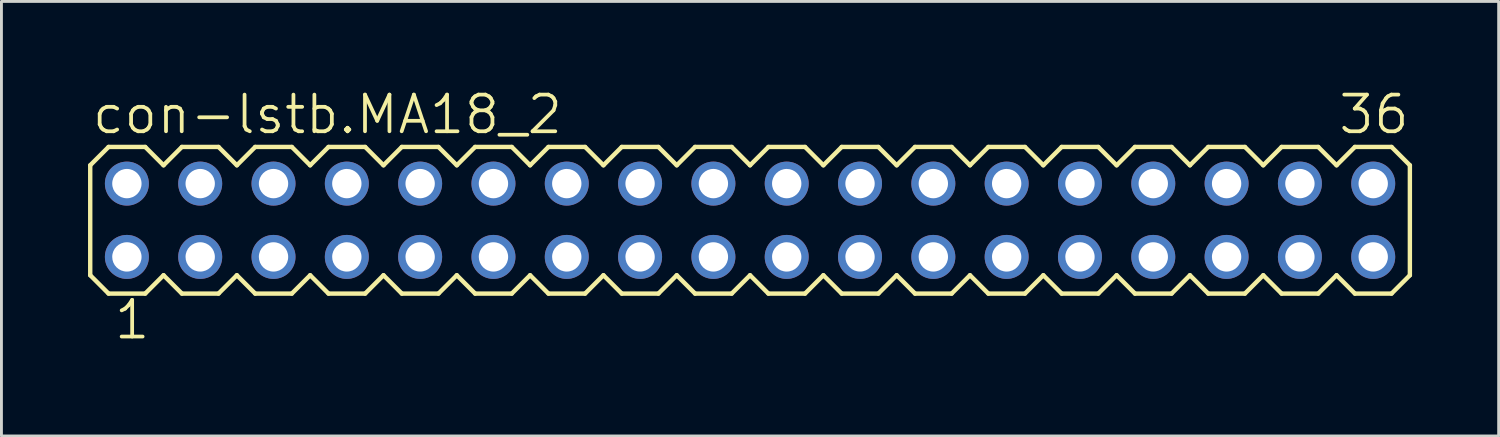
<source format=kicad_pcb>
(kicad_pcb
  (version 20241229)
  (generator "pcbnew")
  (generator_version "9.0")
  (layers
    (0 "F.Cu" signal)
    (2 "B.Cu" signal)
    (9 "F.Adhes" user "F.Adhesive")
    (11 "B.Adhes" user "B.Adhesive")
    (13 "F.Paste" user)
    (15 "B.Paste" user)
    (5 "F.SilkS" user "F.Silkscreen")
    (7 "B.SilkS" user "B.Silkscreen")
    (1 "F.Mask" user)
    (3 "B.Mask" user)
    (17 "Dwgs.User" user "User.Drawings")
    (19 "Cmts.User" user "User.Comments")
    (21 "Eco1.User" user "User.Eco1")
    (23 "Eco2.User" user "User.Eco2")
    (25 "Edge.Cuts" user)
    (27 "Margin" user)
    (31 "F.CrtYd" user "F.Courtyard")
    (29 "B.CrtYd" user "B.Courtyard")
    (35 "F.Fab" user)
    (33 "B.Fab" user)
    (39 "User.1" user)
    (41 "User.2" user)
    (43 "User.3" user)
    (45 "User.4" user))
  (footprint "con-lstb.MA18_2"
    (layer "F.Cu")
    (at 22.936 4.581)
    (property "Reference" "con-lstb.MA18_2" (at -22.86 -2.921 0) (layer "F.SilkS") (effects (font (size 1.27 1.27) (thickness 0.13)) (justify left bottom)))
    (attr through_hole)
    (fp_line (start -22.86 -1.905) (end -22.86 1.905) (stroke (width 0.152) (type default)) (layer "F.SilkS"))
    (fp_line (start -22.86 1.905) (end -22.225 2.54) (stroke (width 0.152) (type default)) (layer "F.SilkS"))
    (fp_line (start -22.225 -2.54) (end -22.86 -1.905) (stroke (width 0.152) (type default)) (layer "F.SilkS"))
    (fp_line (start -22.225 -2.54) (end -20.955 -2.54) (stroke (width 0.152) (type default)) (layer "F.SilkS"))
    (fp_line (start -20.955 -2.54) (end -20.32 -1.905) (stroke (width 0.152) (type default)) (layer "F.SilkS"))
    (fp_line (start -20.955 2.54) (end -22.225 2.54) (stroke (width 0.152) (type default)) (layer "F.SilkS"))
    (fp_line (start -20.32 -1.905) (end -19.685 -2.54) (stroke (width 0.152) (type default)) (layer "F.SilkS"))
    (fp_line (start -20.32 1.905) (end -20.955 2.54) (stroke (width 0.152) (type default)) (layer "F.SilkS"))
    (fp_line (start -19.685 -2.54) (end -18.415 -2.54) (stroke (width 0.152) (type default)) (layer "F.SilkS"))
    (fp_line (start -19.685 2.54) (end -20.32 1.905) (stroke (width 0.152) (type default)) (layer "F.SilkS"))
    (fp_line (start -18.415 -2.54) (end -17.78 -1.905) (stroke (width 0.152) (type default)) (layer "F.SilkS"))
    (fp_line (start -18.415 2.54) (end -19.685 2.54) (stroke (width 0.152) (type default)) (layer "F.SilkS"))
    (fp_line (start -17.78 -1.905) (end -17.145 -2.54) (stroke (width 0.152) (type default)) (layer "F.SilkS"))
    (fp_line (start -17.78 1.905) (end -18.415 2.54) (stroke (width 0.152) (type default)) (layer "F.SilkS"))
    (fp_line (start -17.145 -2.54) (end -15.875 -2.54) (stroke (width 0.152) (type default)) (layer "F.SilkS"))
    (fp_line (start -17.145 2.54) (end -17.78 1.905) (stroke (width 0.152) (type default)) (layer "F.SilkS"))
    (fp_line (start -15.875 -2.54) (end -15.24 -1.905) (stroke (width 0.152) (type default)) (layer "F.SilkS"))
    (fp_line (start -15.875 2.54) (end -17.145 2.54) (stroke (width 0.152) (type default)) (layer "F.SilkS"))
    (fp_line (start -15.24 1.905) (end -15.875 2.54) (stroke (width 0.152) (type default)) (layer "F.SilkS"))
    (fp_line (start -15.24 1.905) (end -14.605 2.54) (stroke (width 0.152) (type default)) (layer "F.SilkS"))
    (fp_line (start -14.605 -2.54) (end -15.24 -1.905) (stroke (width 0.152) (type default)) (layer "F.SilkS"))
    (fp_line (start -14.605 -2.54) (end -13.335 -2.54) (stroke (width 0.152) (type default)) (layer "F.SilkS"))
    (fp_line (start -13.335 -2.54) (end -12.7 -1.905) (stroke (width 0.152) (type default)) (layer "F.SilkS"))
    (fp_line (start -13.335 2.54) (end -14.605 2.54) (stroke (width 0.152) (type default)) (layer "F.SilkS"))
    (fp_line (start -12.7 -1.905) (end -12.065 -2.54) (stroke (width 0.152) (type default)) (layer "F.SilkS"))
    (fp_line (start -12.7 1.905) (end -13.335 2.54) (stroke (width 0.152) (type default)) (layer "F.SilkS"))
    (fp_line (start -12.065 -2.54) (end -10.795 -2.54) (stroke (width 0.152) (type default)) (layer "F.SilkS"))
    (fp_line (start -12.065 2.54) (end -12.7 1.905) (stroke (width 0.152) (type default)) (layer "F.SilkS"))
    (fp_line (start -10.795 -2.54) (end -10.16 -1.905) (stroke (width 0.152) (type default)) (layer "F.SilkS"))
    (fp_line (start -10.795 2.54) (end -12.065 2.54) (stroke (width 0.152) (type default)) (layer "F.SilkS"))
    (fp_line (start -10.16 -1.905) (end -9.525 -2.54) (stroke (width 0.152) (type default)) (layer "F.SilkS"))
    (fp_line (start -10.16 1.905) (end -10.795 2.54) (stroke (width 0.152) (type default)) (layer "F.SilkS"))
    (fp_line (start -9.525 -2.54) (end -8.255 -2.54) (stroke (width 0.152) (type default)) (layer "F.SilkS"))
    (fp_line (start -9.525 2.54) (end -10.16 1.905) (stroke (width 0.152) (type default)) (layer "F.SilkS"))
    (fp_line (start -8.255 -2.54) (end -7.62 -1.905) (stroke (width 0.152) (type default)) (layer "F.SilkS"))
    (fp_line (start -8.255 2.54) (end -9.525 2.54) (stroke (width 0.152) (type default)) (layer "F.SilkS"))
    (fp_line (start -7.62 -1.905) (end -6.985 -2.54) (stroke (width 0.152) (type default)) (layer "F.SilkS"))
    (fp_line (start -7.62 1.905) (end -8.255 2.54) (stroke (width 0.152) (type default)) (layer "F.SilkS"))
    (fp_line (start -6.985 -2.54) (end -5.715 -2.54) (stroke (width 0.152) (type default)) (layer "F.SilkS"))
    (fp_line (start -6.985 2.54) (end -7.62 1.905) (stroke (width 0.152) (type default)) (layer "F.SilkS"))
    (fp_line (start -5.715 -2.54) (end -5.08 -1.905) (stroke (width 0.152) (type default)) (layer "F.SilkS"))
    (fp_line (start -5.715 2.54) (end -6.985 2.54) (stroke (width 0.152) (type default)) (layer "F.SilkS"))
    (fp_line (start -5.08 1.905) (end -5.715 2.54) (stroke (width 0.152) (type default)) (layer "F.SilkS"))
    (fp_line (start -5.08 1.905) (end -4.445 2.54) (stroke (width 0.152) (type default)) (layer "F.SilkS"))
    (fp_line (start -4.445 -2.54) (end -5.08 -1.905) (stroke (width 0.152) (type default)) (layer "F.SilkS"))
    (fp_line (start -4.445 -2.54) (end -3.175 -2.54) (stroke (width 0.152) (type default)) (layer "F.SilkS"))
    (fp_line (start -3.175 -2.54) (end -2.54 -1.905) (stroke (width 0.152) (type default)) (layer "F.SilkS"))
    (fp_line (start -3.175 2.54) (end -4.445 2.54) (stroke (width 0.152) (type default)) (layer "F.SilkS"))
    (fp_line (start -2.54 -1.905) (end -1.905 -2.54) (stroke (width 0.152) (type default)) (layer "F.SilkS"))
    (fp_line (start -2.54 1.905) (end -3.175 2.54) (stroke (width 0.152) (type default)) (layer "F.SilkS"))
    (fp_line (start -1.905 -2.54) (end -0.635 -2.54) (stroke (width 0.152) (type default)) (layer "F.SilkS"))
    (fp_line (start -1.905 2.54) (end -2.54 1.905) (stroke (width 0.152) (type default)) (layer "F.SilkS"))
    (fp_line (start -0.635 -2.54) (end 0 -1.905) (stroke (width 0.152) (type default)) (layer "F.SilkS"))
    (fp_line (start -0.635 2.54) (end -1.905 2.54) (stroke (width 0.152) (type default)) (layer "F.SilkS"))
    (fp_line (start 0 -1.905) (end 0.635 -2.54) (stroke (width 0.152) (type default)) (layer "F.SilkS"))
    (fp_line (start 0 1.905) (end -0.635 2.54) (stroke (width 0.152) (type default)) (layer "F.SilkS"))
    (fp_line (start 0.635 -2.54) (end 1.905 -2.54) (stroke (width 0.152) (type default)) (layer "F.SilkS"))
    (fp_line (start 0.635 2.54) (end 0 1.905) (stroke (width 0.152) (type default)) (layer "F.SilkS"))
    (fp_line (start 1.905 -2.54) (end 2.54 -1.905) (stroke (width 0.152) (type default)) (layer "F.SilkS"))
    (fp_line (start 1.905 2.54) (end 0.635 2.54) (stroke (width 0.152) (type default)) (layer "F.SilkS"))
    (fp_line (start 2.54 1.905) (end 1.905 2.54) (stroke (width 0.152) (type default)) (layer "F.SilkS"))
    (fp_line (start 2.54 1.905) (end 3.175 2.54) (stroke (width 0.152) (type default)) (layer "F.SilkS"))
    (fp_line (start 3.175 -2.54) (end 2.54 -1.905) (stroke (width 0.152) (type default)) (layer "F.SilkS"))
    (fp_line (start 3.175 -2.54) (end 4.445 -2.54) (stroke (width 0.152) (type default)) (layer "F.SilkS"))
    (fp_line (start 4.445 -2.54) (end 5.08 -1.905) (stroke (width 0.152) (type default)) (layer "F.SilkS"))
    (fp_line (start 4.445 2.54) (end 3.175 2.54) (stroke (width 0.152) (type default)) (layer "F.SilkS"))
    (fp_line (start 5.08 -1.905) (end 5.715 -2.54) (stroke (width 0.152) (type default)) (layer "F.SilkS"))
    (fp_line (start 5.08 1.905) (end 4.445 2.54) (stroke (width 0.152) (type default)) (layer "F.SilkS"))
    (fp_line (start 5.715 -2.54) (end 6.985 -2.54) (stroke (width 0.152) (type default)) (layer "F.SilkS"))
    (fp_line (start 5.715 2.54) (end 5.08 1.905) (stroke (width 0.152) (type default)) (layer "F.SilkS"))
    (fp_line (start 6.985 -2.54) (end 7.62 -1.905) (stroke (width 0.152) (type default)) (layer "F.SilkS"))
    (fp_line (start 6.985 2.54) (end 5.715 2.54) (stroke (width 0.152) (type default)) (layer "F.SilkS"))
    (fp_line (start 7.62 -1.905) (end 8.255 -2.54) (stroke (width 0.152) (type default)) (layer "F.SilkS"))
    (fp_line (start 7.62 1.905) (end 6.985 2.54) (stroke (width 0.152) (type default)) (layer "F.SilkS"))
    (fp_line (start 8.255 -2.54) (end 9.525 -2.54) (stroke (width 0.152) (type default)) (layer "F.SilkS"))
    (fp_line (start 8.255 2.54) (end 7.62 1.905) (stroke (width 0.152) (type default)) (layer "F.SilkS"))
    (fp_line (start 9.525 -2.54) (end 10.16 -1.905) (stroke (width 0.152) (type default)) (layer "F.SilkS"))
    (fp_line (start 9.525 2.54) (end 8.255 2.54) (stroke (width 0.152) (type default)) (layer "F.SilkS"))
    (fp_line (start 10.16 -1.905) (end 10.795 -2.54) (stroke (width 0.152) (type default)) (layer "F.SilkS"))
    (fp_line (start 10.16 1.905) (end 9.525 2.54) (stroke (width 0.152) (type default)) (layer "F.SilkS"))
    (fp_line (start 10.795 -2.54) (end 12.065 -2.54) (stroke (width 0.152) (type default)) (layer "F.SilkS"))
    (fp_line (start 10.795 2.54) (end 10.16 1.905) (stroke (width 0.152) (type default)) (layer "F.SilkS"))
    (fp_line (start 12.065 -2.54) (end 12.7 -1.905) (stroke (width 0.152) (type default)) (layer "F.SilkS"))
    (fp_line (start 12.065 2.54) (end 10.795 2.54) (stroke (width 0.152) (type default)) (layer "F.SilkS"))
    (fp_line (start 12.7 1.905) (end 12.065 2.54) (stroke (width 0.152) (type default)) (layer "F.SilkS"))
    (fp_line (start 12.7 1.905) (end 13.335 2.54) (stroke (width 0.152) (type default)) (layer "F.SilkS"))
    (fp_line (start 13.335 -2.54) (end 12.7 -1.905) (stroke (width 0.152) (type default)) (layer "F.SilkS"))
    (fp_line (start 13.335 -2.54) (end 14.605 -2.54) (stroke (width 0.152) (type default)) (layer "F.SilkS"))
    (fp_line (start 14.605 -2.54) (end 15.24 -1.905) (stroke (width 0.152) (type default)) (layer "F.SilkS"))
    (fp_line (start 14.605 2.54) (end 13.335 2.54) (stroke (width 0.152) (type default)) (layer "F.SilkS"))
    (fp_line (start 15.24 -1.905) (end 15.875 -2.54) (stroke (width 0.152) (type default)) (layer "F.SilkS"))
    (fp_line (start 15.24 1.905) (end 14.605 2.54) (stroke (width 0.152) (type default)) (layer "F.SilkS"))
    (fp_line (start 15.875 -2.54) (end 17.145 -2.54) (stroke (width 0.152) (type default)) (layer "F.SilkS"))
    (fp_line (start 15.875 2.54) (end 15.24 1.905) (stroke (width 0.152) (type default)) (layer "F.SilkS"))
    (fp_line (start 17.145 -2.54) (end 17.78 -1.905) (stroke (width 0.152) (type default)) (layer "F.SilkS"))
    (fp_line (start 17.145 2.54) (end 15.875 2.54) (stroke (width 0.152) (type default)) (layer "F.SilkS"))
    (fp_line (start 17.78 -1.905) (end 18.415 -2.54) (stroke (width 0.152) (type default)) (layer "F.SilkS"))
    (fp_line (start 17.78 1.905) (end 17.145 2.54) (stroke (width 0.152) (type default)) (layer "F.SilkS"))
    (fp_line (start 18.415 -2.54) (end 19.685 -2.54) (stroke (width 0.152) (type default)) (layer "F.SilkS"))
    (fp_line (start 18.415 2.54) (end 17.78 1.905) (stroke (width 0.152) (type default)) (layer "F.SilkS"))
    (fp_line (start 19.685 -2.54) (end 20.32 -1.905) (stroke (width 0.152) (type default)) (layer "F.SilkS"))
    (fp_line (start 19.685 2.54) (end 18.415 2.54) (stroke (width 0.152) (type default)) (layer "F.SilkS"))
    (fp_line (start 20.32 -1.905) (end 20.955 -2.54) (stroke (width 0.152) (type default)) (layer "F.SilkS"))
    (fp_line (start 20.32 1.905) (end 19.685 2.54) (stroke (width 0.152) (type default)) (layer "F.SilkS"))
    (fp_line (start 20.955 -2.54) (end 22.225 -2.54) (stroke (width 0.152) (type default)) (layer "F.SilkS"))
    (fp_line (start 20.955 2.54) (end 20.32 1.905) (stroke (width 0.152) (type default)) (layer "F.SilkS"))
    (fp_line (start 22.225 -2.54) (end 22.86 -1.905) (stroke (width 0.152) (type default)) (layer "F.SilkS"))
    (fp_line (start 22.225 2.54) (end 20.955 2.54) (stroke (width 0.152) (type default)) (layer "F.SilkS"))
    (fp_line (start 22.86 -1.905) (end 22.86 1.905) (stroke (width 0.152) (type default)) (layer "F.SilkS"))
    (fp_line (start 22.86 1.905) (end 22.225 2.54) (stroke (width 0.152) (type default)) (layer "F.SilkS"))
    (fp_rect (start -21.844 -1.016) (end -21.336 -1.524) (stroke (width 0.05) (type default)) (fill no) (layer "F.Fab"))
    (fp_rect (start -21.844 1.524) (end -21.336 1.016) (stroke (width 0.05) (type default)) (fill no) (layer "F.Fab"))
    (fp_rect (start -19.304 -1.016) (end -18.796 -1.524) (stroke (width 0.05) (type default)) (fill no) (layer "F.Fab"))
    (fp_rect (start -19.304 1.524) (end -18.796 1.016) (stroke (width 0.05) (type default)) (fill no) (layer "F.Fab"))
    (fp_rect (start -16.764 -1.016) (end -16.256 -1.524) (stroke (width 0.05) (type default)) (fill no) (layer "F.Fab"))
    (fp_rect (start -16.764 1.524) (end -16.256 1.016) (stroke (width 0.05) (type default)) (fill no) (layer "F.Fab"))
    (fp_rect (start -14.224 -1.016) (end -13.716 -1.524) (stroke (width 0.05) (type default)) (fill no) (layer "F.Fab"))
    (fp_rect (start -14.224 1.524) (end -13.716 1.016) (stroke (width 0.05) (type default)) (fill no) (layer "F.Fab"))
    (fp_rect (start -11.684 -1.016) (end -11.176 -1.524) (stroke (width 0.05) (type default)) (fill no) (layer "F.Fab"))
    (fp_rect (start -11.684 1.524) (end -11.176 1.016) (stroke (width 0.05) (type default)) (fill no) (layer "F.Fab"))
    (fp_rect (start -9.144 -1.016) (end -8.636 -1.524) (stroke (width 0.05) (type default)) (fill no) (layer "F.Fab"))
    (fp_rect (start -9.144 1.524) (end -8.636 1.016) (stroke (width 0.05) (type default)) (fill no) (layer "F.Fab"))
    (fp_rect (start -6.604 -1.016) (end -6.096 -1.524) (stroke (width 0.05) (type default)) (fill no) (layer "F.Fab"))
    (fp_rect (start -6.604 1.524) (end -6.096 1.016) (stroke (width 0.05) (type default)) (fill no) (layer "F.Fab"))
    (fp_rect (start -4.064 -1.016) (end -3.556 -1.524) (stroke (width 0.05) (type default)) (fill no) (layer "F.Fab"))
    (fp_rect (start -4.064 1.524) (end -3.556 1.016) (stroke (width 0.05) (type default)) (fill no) (layer "F.Fab"))
    (fp_rect (start -1.524 -1.016) (end -1.016 -1.524) (stroke (width 0.05) (type default)) (fill no) (layer "F.Fab"))
    (fp_rect (start -1.524 1.524) (end -1.016 1.016) (stroke (width 0.05) (type default)) (fill no) (layer "F.Fab"))
    (fp_rect (start 1.016 -1.016) (end 1.524 -1.524) (stroke (width 0.05) (type default)) (fill no) (layer "F.Fab"))
    (fp_rect (start 1.016 1.524) (end 1.524 1.016) (stroke (width 0.05) (type default)) (fill no) (layer "F.Fab"))
    (fp_rect (start 3.556 -1.016) (end 4.064 -1.524) (stroke (width 0.05) (type default)) (fill no) (layer "F.Fab"))
    (fp_rect (start 3.556 1.524) (end 4.064 1.016) (stroke (width 0.05) (type default)) (fill no) (layer "F.Fab"))
    (fp_rect (start 6.096 -1.016) (end 6.604 -1.524) (stroke (width 0.05) (type default)) (fill no) (layer "F.Fab"))
    (fp_rect (start 6.096 1.524) (end 6.604 1.016) (stroke (width 0.05) (type default)) (fill no) (layer "F.Fab"))
    (fp_rect (start 8.636 -1.016) (end 9.144 -1.524) (stroke (width 0.05) (type default)) (fill no) (layer "F.Fab"))
    (fp_rect (start 8.636 1.524) (end 9.144 1.016) (stroke (width 0.05) (type default)) (fill no) (layer "F.Fab"))
    (fp_rect (start 11.176 -1.016) (end 11.684 -1.524) (stroke (width 0.05) (type default)) (fill no) (layer "F.Fab"))
    (fp_rect (start 11.176 1.524) (end 11.684 1.016) (stroke (width 0.05) (type default)) (fill no) (layer "F.Fab"))
    (fp_rect (start 13.716 -1.016) (end 14.224 -1.524) (stroke (width 0.05) (type default)) (fill no) (layer "F.Fab"))
    (fp_rect (start 13.716 1.524) (end 14.224 1.016) (stroke (width 0.05) (type default)) (fill no) (layer "F.Fab"))
    (fp_rect (start 16.256 -1.016) (end 16.764 -1.524) (stroke (width 0.05) (type default)) (fill no) (layer "F.Fab"))
    (fp_rect (start 16.256 1.524) (end 16.764 1.016) (stroke (width 0.05) (type default)) (fill no) (layer "F.Fab"))
    (fp_rect (start 18.796 -1.016) (end 19.304 -1.524) (stroke (width 0.05) (type default)) (fill no) (layer "F.Fab"))
    (fp_rect (start 18.796 1.524) (end 19.304 1.016) (stroke (width 0.05) (type default)) (fill no) (layer "F.Fab"))
    (fp_rect (start 21.336 -1.016) (end 21.844 -1.524) (stroke (width 0.05) (type default)) (fill no) (layer "F.Fab"))
    (fp_rect (start 21.336 1.524) (end 21.844 1.016) (stroke (width 0.05) (type default)) (fill no) (layer "F.Fab"))
    (fp_text user "1" (at -22.098 4.191 0) (layer "F.SilkS") (effects (font (size 1.27 1.27) (thickness 0.13)) (justify left bottom)))
    (fp_text user "36" (at 20.32 -2.921 0) (layer "F.SilkS") (effects (font (size 1.27 1.27) (thickness 0.13)) (justify left bottom)))
    (pad "1" thru_hole circle (at -21.59 1.27) (size 1.524 1.524) (drill 1.016) (layers "*.Cu" "*.Mask"))
    (pad "2" thru_hole circle (at -21.59 -1.27) (size 1.524 1.524) (drill 1.016) (layers "*.Cu" "*.Mask"))
    (pad "3" thru_hole circle (at -19.05 1.27) (size 1.524 1.524) (drill 1.016) (layers "*.Cu" "*.Mask"))
    (pad "4" thru_hole circle (at -19.05 -1.27) (size 1.524 1.524) (drill 1.016) (layers "*.Cu" "*.Mask"))
    (pad "5" thru_hole circle (at -16.51 1.27) (size 1.524 1.524) (drill 1.016) (layers "*.Cu" "*.Mask"))
    (pad "6" thru_hole circle (at -16.51 -1.27) (size 1.524 1.524) (drill 1.016) (layers "*.Cu" "*.Mask"))
    (pad "7" thru_hole circle (at -13.97 1.27) (size 1.524 1.524) (drill 1.016) (layers "*.Cu" "*.Mask"))
    (pad "8" thru_hole circle (at -13.97 -1.27) (size 1.524 1.524) (drill 1.016) (layers "*.Cu" "*.Mask"))
    (pad "9" thru_hole circle (at -11.43 1.27) (size 1.524 1.524) (drill 1.016) (layers "*.Cu" "*.Mask"))
    (pad "10" thru_hole circle (at -11.43 -1.27) (size 1.524 1.524) (drill 1.016) (layers "*.Cu" "*.Mask"))
    (pad "11" thru_hole circle (at -8.89 1.27) (size 1.524 1.524) (drill 1.016) (layers "*.Cu" "*.Mask"))
    (pad "12" thru_hole circle (at -8.89 -1.27) (size 1.524 1.524) (drill 1.016) (layers "*.Cu" "*.Mask"))
    (pad "13" thru_hole circle (at -6.35 1.27) (size 1.524 1.524) (drill 1.016) (layers "*.Cu" "*.Mask"))
    (pad "14" thru_hole circle (at -6.35 -1.27) (size 1.524 1.524) (drill 1.016) (layers "*.Cu" "*.Mask"))
    (pad "15" thru_hole circle (at -3.81 1.27) (size 1.524 1.524) (drill 1.016) (layers "*.Cu" "*.Mask"))
    (pad "16" thru_hole circle (at -3.81 -1.27) (size 1.524 1.524) (drill 1.016) (layers "*.Cu" "*.Mask"))
    (pad "17" thru_hole circle (at -1.27 1.27) (size 1.524 1.524) (drill 1.016) (layers "*.Cu" "*.Mask"))
    (pad "18" thru_hole circle (at -1.27 -1.27) (size 1.524 1.524) (drill 1.016) (layers "*.Cu" "*.Mask"))
    (pad "19" thru_hole circle (at 1.27 1.27) (size 1.524 1.524) (drill 1.016) (layers "*.Cu" "*.Mask"))
    (pad "20" thru_hole circle (at 1.27 -1.27) (size 1.524 1.524) (drill 1.016) (layers "*.Cu" "*.Mask"))
    (pad "21" thru_hole circle (at 3.81 1.27) (size 1.524 1.524) (drill 1.016) (layers "*.Cu" "*.Mask"))
    (pad "22" thru_hole circle (at 3.81 -1.27) (size 1.524 1.524) (drill 1.016) (layers "*.Cu" "*.Mask"))
    (pad "23" thru_hole circle (at 6.35 1.27) (size 1.524 1.524) (drill 1.016) (layers "*.Cu" "*.Mask"))
    (pad "24" thru_hole circle (at 6.35 -1.27) (size 1.524 1.524) (drill 1.016) (layers "*.Cu" "*.Mask"))
    (pad "25" thru_hole circle (at 8.89 1.27) (size 1.524 1.524) (drill 1.016) (layers "*.Cu" "*.Mask"))
    (pad "26" thru_hole circle (at 8.89 -1.27) (size 1.524 1.524) (drill 1.016) (layers "*.Cu" "*.Mask"))
    (pad "27" thru_hole circle (at 11.43 1.27) (size 1.524 1.524) (drill 1.016) (layers "*.Cu" "*.Mask"))
    (pad "28" thru_hole circle (at 11.43 -1.27) (size 1.524 1.524) (drill 1.016) (layers "*.Cu" "*.Mask"))
    (pad "29" thru_hole circle (at 13.97 1.27) (size 1.524 1.524) (drill 1.016) (layers "*.Cu" "*.Mask"))
    (pad "30" thru_hole circle (at 13.97 -1.27) (size 1.524 1.524) (drill 1.016) (layers "*.Cu" "*.Mask"))
    (pad "31" thru_hole circle (at 16.51 1.27) (size 1.524 1.524) (drill 1.016) (layers "*.Cu" "*.Mask"))
    (pad "32" thru_hole circle (at 16.51 -1.27) (size 1.524 1.524) (drill 1.016) (layers "*.Cu" "*.Mask"))
    (pad "33" thru_hole circle (at 19.05 1.27) (size 1.524 1.524) (drill 1.016) (layers "*.Cu" "*.Mask"))
    (pad "34" thru_hole circle (at 19.05 -1.27) (size 1.524 1.524) (drill 1.016) (layers "*.Cu" "*.Mask"))
    (pad "35" thru_hole circle (at 21.59 1.27) (size 1.524 1.524) (drill 1.016) (layers "*.Cu" "*.Mask"))
    (pad "36" thru_hole circle (at 21.59 -1.27) (size 1.524 1.524) (drill 1.016) (layers "*.Cu" "*.Mask")))
  (gr_rect
    (start -3 -3)
    (end 48.872 12.054)
    (stroke (width 0.1) (type default))
    (fill no)
    (layer "Edge.Cuts")))
</source>
